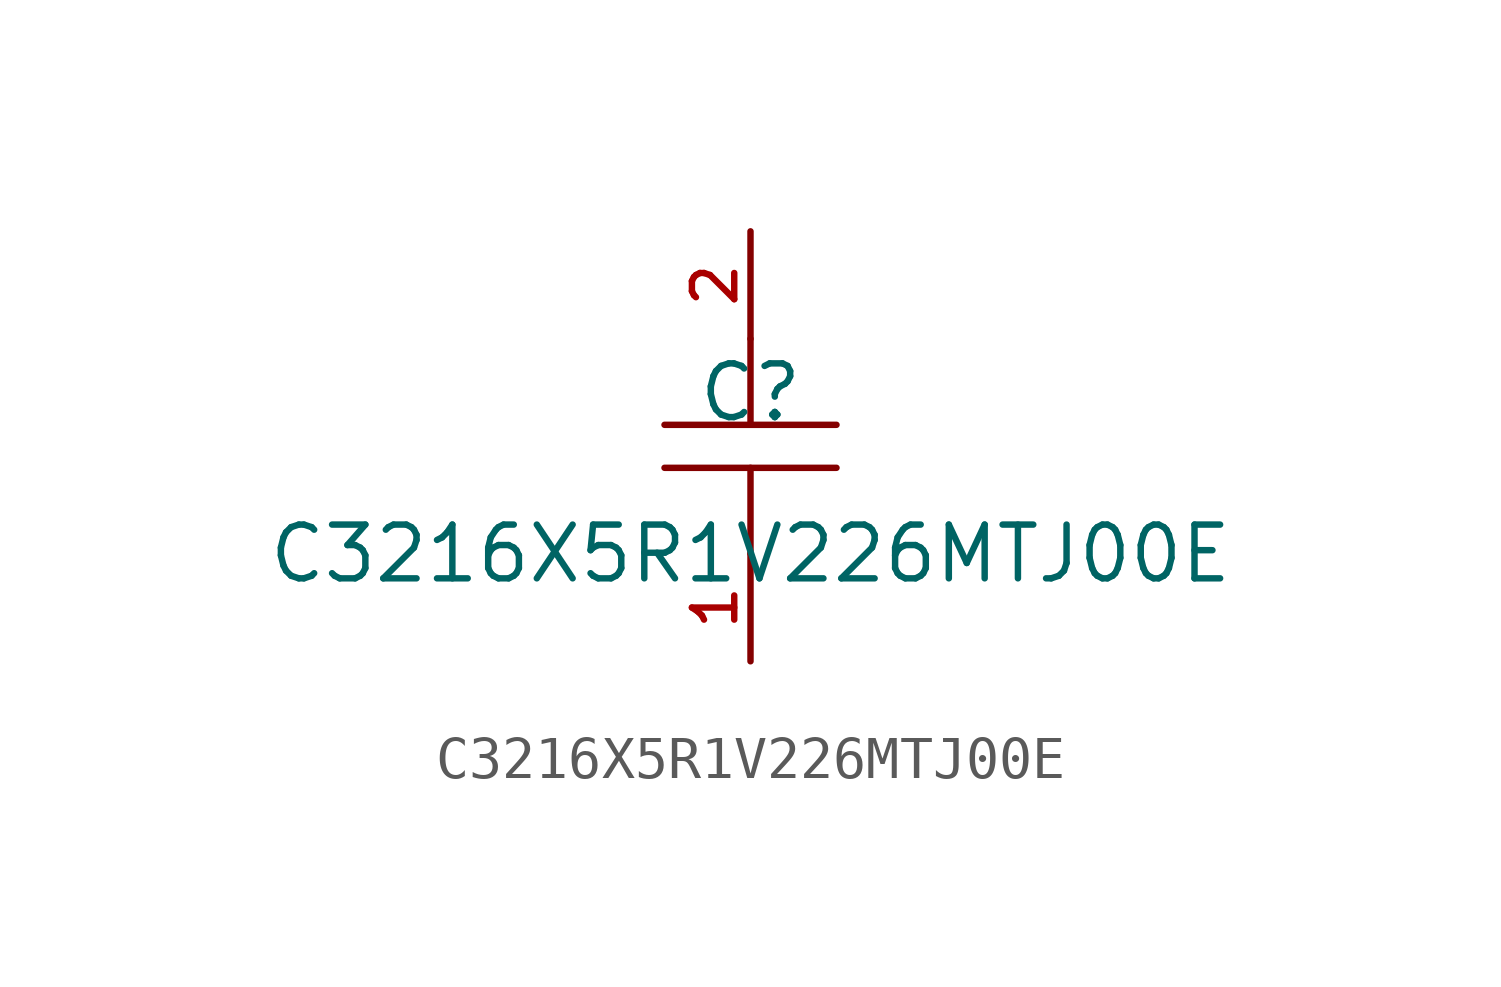
<source format=kicad_sym>
(kicad_symbol_lib
  (version 20210201)
  (generator TousstNicolas/JLC2KiCad_lib)
  (symbol "C3216X5R1V226MTJ00E"
    (pin_names hide)
    (property "Reference" "C"
      (at 0 1.27 0)
      (effects (font (size 1.27 1.27))))
    (property "Value" "C3216X5R1V226MTJ00E"
      (at 0 -2.54 0)
      (effects (font (size 1.27 1.27))))
    (symbol "C3216X5R1V226MTJ00E_0_1"
      (polyline (pts (xy 2.032 -0.508) (xy -2.032 -0.508)) (stroke (width 0) (type default) (color 0 0 0 0)) (fill (type none)))
      (pin unspecified line (at 0.0 -5.08 90) (length 2.54) (name "1" (effects (font (size 1 1)))) (number "1" (effects (font (size 1 1)))))
      (polyline (pts (xy 0.0 2.54) (xy 0.0 0.508)) (stroke (width 0) (type default) (color 0 0 0 0)) (fill (type none)))
      (polyline (pts (xy -2.032 0.508) (xy 2.032 0.508)) (stroke (width 0) (type default) (color 0 0 0 0)) (fill (type none)))
      (pin unspecified line (at 0.0 5.08 270) (length 2.54) (name "2" (effects (font (size 1 1)))) (number "2" (effects (font (size 1 1)))))
      (polyline (pts (xy 0.0 -0.508) (xy 0.0 -2.54)) (stroke (width 0) (type default) (color 0 0 0 0)) (fill (type none))))))
</source>
